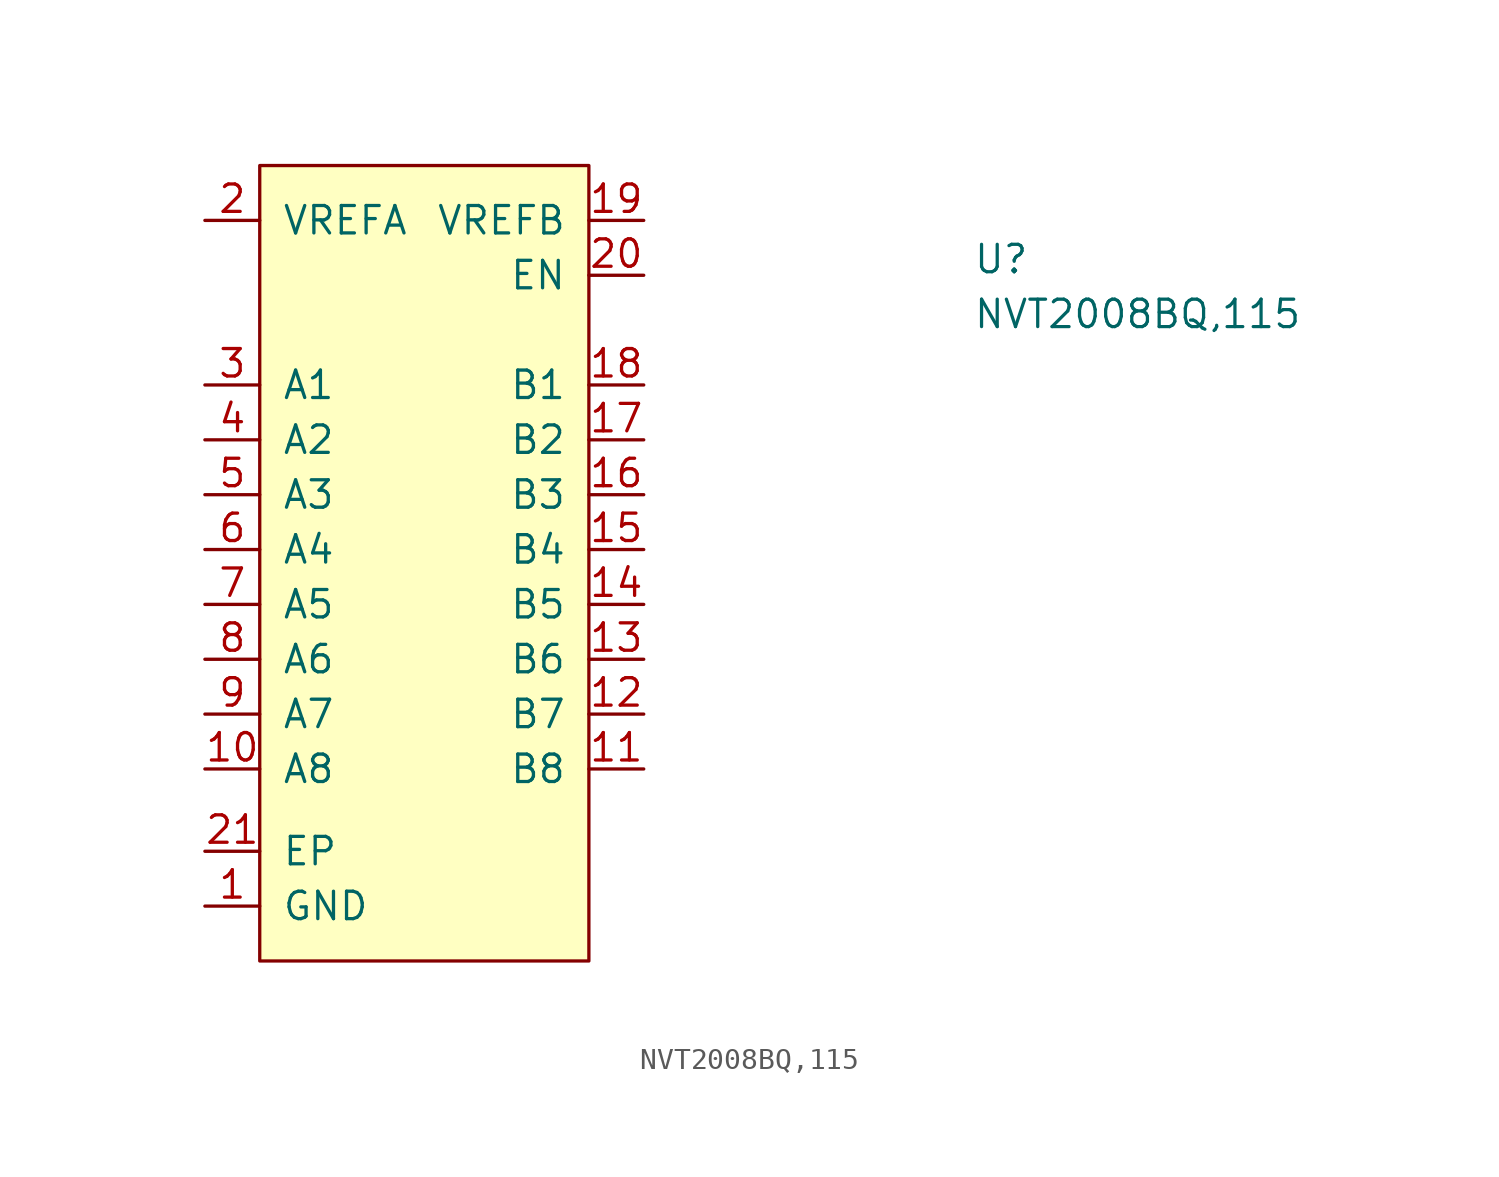
<source format=kicad_sym>
(kicad_symbol_lib
  (version 20211014)
  (generator kicad_symbol_editor)
  (symbol "NVT2008BQ,115"
    (pin_names
      (offset 1.016))
    (property "Reference" "U"
      (at 35.56 -2.54 0)
      (effects (font (size 1.27 1.27) (thickness 0.15)) (justify left bottom)))
    (property "Value" "NVT2008BQ,115"
      (at 35.56 -5.08 0)
      (effects (font (size 1.27 1.27) (thickness 0.15)) (justify left bottom)))
    (symbol "NVT2008BQ,115_0_1"
      (rectangle (start 2.54 2.54) (end 17.78 -34.29) (stroke (width 0) (type default) (color 0 0 0 0)) (fill (type background))))
    (symbol "NVT2008BQ,115_1_1"
      (pin power_in line (at 0 -31.75 0) (length 2.54) (name "GND" (effects (font (size 1.27 1.27)))) (number "1" (effects (font (size 1.27 1.27)))))
      (pin bidirectional line (at 0 -25.4 0) (length 2.54) (name "A8" (effects (font (size 1.27 1.27)))) (number "10" (effects (font (size 1.27 1.27)))))
      (pin bidirectional line (at 20.32 -25.4 180) (length 2.54) (name "B8" (effects (font (size 1.27 1.27)))) (number "11" (effects (font (size 1.27 1.27)))))
      (pin bidirectional line (at 20.32 -22.86 180) (length 2.54) (name "B7" (effects (font (size 1.27 1.27)))) (number "12" (effects (font (size 1.27 1.27)))))
      (pin bidirectional line (at 20.32 -20.32 180) (length 2.54) (name "B6" (effects (font (size 1.27 1.27)))) (number "13" (effects (font (size 1.27 1.27)))))
      (pin bidirectional line (at 20.32 -17.78 180) (length 2.54) (name "B5" (effects (font (size 1.27 1.27)))) (number "14" (effects (font (size 1.27 1.27)))))
      (pin bidirectional line (at 20.32 -15.24 180) (length 2.54) (name "B4" (effects (font (size 1.27 1.27)))) (number "15" (effects (font (size 1.27 1.27)))))
      (pin bidirectional line (at 20.32 -12.7 180) (length 2.54) (name "B3" (effects (font (size 1.27 1.27)))) (number "16" (effects (font (size 1.27 1.27)))))
      (pin bidirectional line (at 20.32 -10.16 180) (length 2.54) (name "B2" (effects (font (size 1.27 1.27)))) (number "17" (effects (font (size 1.27 1.27)))))
      (pin bidirectional line (at 20.32 -7.62 180) (length 2.54) (name "B1" (effects (font (size 1.27 1.27)))) (number "18" (effects (font (size 1.27 1.27)))))
      (pin power_in line (at 20.32 0 180) (length 2.54) (name "VREFB" (effects (font (size 1.27 1.27)))) (number "19" (effects (font (size 1.27 1.27)))))
      (pin power_in line (at 0 0 0) (length 2.54) (name "VREFA" (effects (font (size 1.27 1.27)))) (number "2" (effects (font (size 1.27 1.27)))))
      (pin input line (at 20.32 -2.54 180) (length 2.54) (name "EN" (effects (font (size 1.27 1.27)))) (number "20" (effects (font (size 1.27 1.27)))))
      (pin power_in line (at 0 -29.21 0) (length 2.54) (name "EP" (effects (font (size 1.27 1.27)))) (number "21" (effects (font (size 1.27 1.27)))))
      (pin bidirectional line (at 0 -7.62 0) (length 2.54) (name "A1" (effects (font (size 1.27 1.27)))) (number "3" (effects (font (size 1.27 1.27)))))
      (pin bidirectional line (at 0 -10.16 0) (length 2.54) (name "A2" (effects (font (size 1.27 1.27)))) (number "4" (effects (font (size 1.27 1.27)))))
      (pin bidirectional line (at 0 -12.7 0) (length 2.54) (name "A3" (effects (font (size 1.27 1.27)))) (number "5" (effects (font (size 1.27 1.27)))))
      (pin bidirectional line (at 0 -15.24 0) (length 2.54) (name "A4" (effects (font (size 1.27 1.27)))) (number "6" (effects (font (size 1.27 1.27)))))
      (pin bidirectional line (at 0 -17.78 0) (length 2.54) (name "A5" (effects (font (size 1.27 1.27)))) (number "7" (effects (font (size 1.27 1.27)))))
      (pin bidirectional line (at 0 -20.32 0) (length 2.54) (name "A6" (effects (font (size 1.27 1.27)))) (number "8" (effects (font (size 1.27 1.27)))))
      (pin bidirectional line (at 0 -22.86 0) (length 2.54) (name "A7" (effects (font (size 1.27 1.27)))) (number "9" (effects (font (size 1.27 1.27))))))))
</source>
